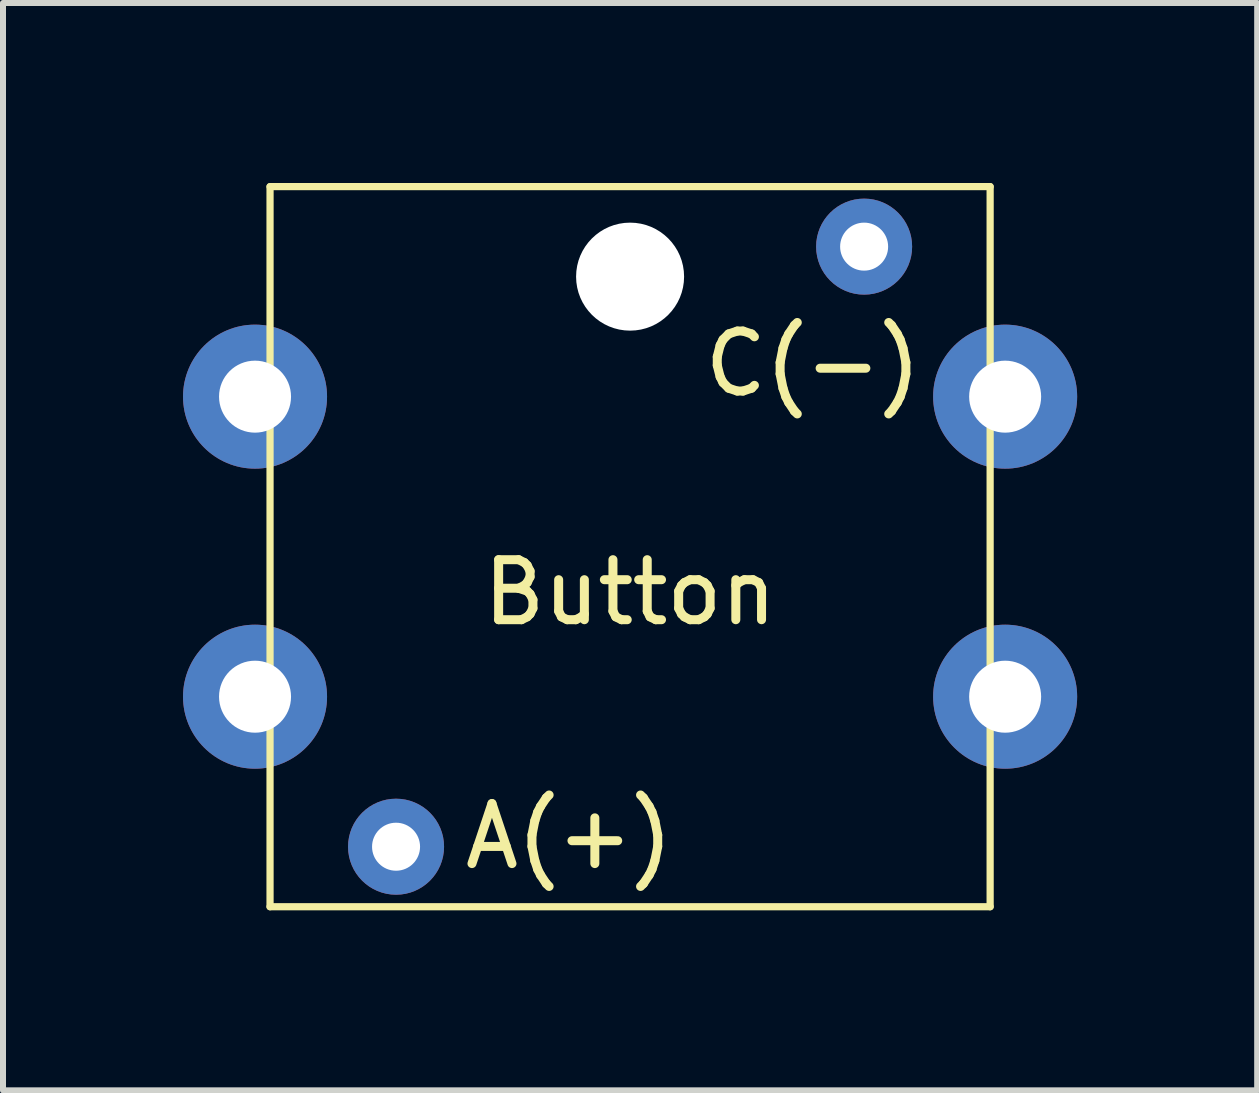
<source format=kicad_pcb>
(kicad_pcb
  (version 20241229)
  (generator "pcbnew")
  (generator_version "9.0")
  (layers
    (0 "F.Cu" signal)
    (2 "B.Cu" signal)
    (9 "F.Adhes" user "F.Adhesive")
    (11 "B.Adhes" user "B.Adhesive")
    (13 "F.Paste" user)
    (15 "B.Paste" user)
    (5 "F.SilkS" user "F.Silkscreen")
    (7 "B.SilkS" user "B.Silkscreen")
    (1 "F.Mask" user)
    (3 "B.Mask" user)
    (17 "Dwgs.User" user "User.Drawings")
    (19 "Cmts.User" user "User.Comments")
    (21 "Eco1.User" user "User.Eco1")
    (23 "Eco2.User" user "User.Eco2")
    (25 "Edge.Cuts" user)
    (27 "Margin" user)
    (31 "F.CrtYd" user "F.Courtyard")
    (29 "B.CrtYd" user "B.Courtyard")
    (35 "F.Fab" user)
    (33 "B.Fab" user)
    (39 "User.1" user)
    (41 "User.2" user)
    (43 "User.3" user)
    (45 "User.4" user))
  (footprint "Button"
    (layer "F.Cu")
    (at 7.45 6.06)
    (property "Reference" "Button" (at 0 0.762 0) (layer "F.SilkS") (effects (font (size 1 1) (thickness 0.15))))
    (attr through_hole)
    (fp_line (start -6 6) (end -6 -6) (stroke (width 0.12) (type solid)) (layer "F.SilkS"))
    (fp_line (start 6 -6) (end -6 -6) (stroke (width 0.12) (type solid)) (layer "F.SilkS"))
    (fp_line (start 6 6) (end -6 6) (stroke (width 0.12) (type solid)) (layer "F.SilkS"))
    (fp_line (start 6 6) (end 6 -6) (stroke (width 0.12) (type solid)) (layer "F.SilkS"))
    (fp_text user "A(+)" (at -1.016 4.826 0) (layer "F.SilkS") (effects (font (size 1 1) (thickness 0.15))))
    (fp_text user "C(-)" (at 3.048 -3.048 0) (layer "F.SilkS") (effects (font (size 1 1) (thickness 0.15))))
    (pad "" np_thru_hole circle (at 0 -4.5) (size 1.8 1.8) (drill 1.8) (layers "*.Cu" "*.Mask"))
    (pad "1" thru_hole circle (at -6.25 -2.5) (size 2.4 2.4) (drill 1.2) (layers "*.Cu" "*.Mask"))
    (pad "1" thru_hole circle (at -6.25 2.5) (size 2.4 2.4) (drill 1.2) (layers "*.Cu" "*.Mask"))
    (pad "2" thru_hole circle (at 6.25 -2.5) (size 2.4 2.4) (drill 1.2) (layers "*.Cu" "*.Mask"))
    (pad "2" thru_hole circle (at 6.25 2.5) (size 2.4 2.4) (drill 1.2) (layers "*.Cu" "*.Mask"))
    (pad "3" thru_hole circle (at 3.9 -5) (size 1.6 1.6) (drill 0.8) (layers "*.Cu" "*.Mask"))
    (pad "4" thru_hole circle (at -3.9 5) (size 1.6 1.6) (drill 0.8) (layers "*.Cu" "*.Mask")))
  (gr_rect
    (start -3 -3)
    (end 17.9 15.12)
    (stroke (width 0.1) (type default))
    (fill no)
    (layer "Edge.Cuts")))
</source>
